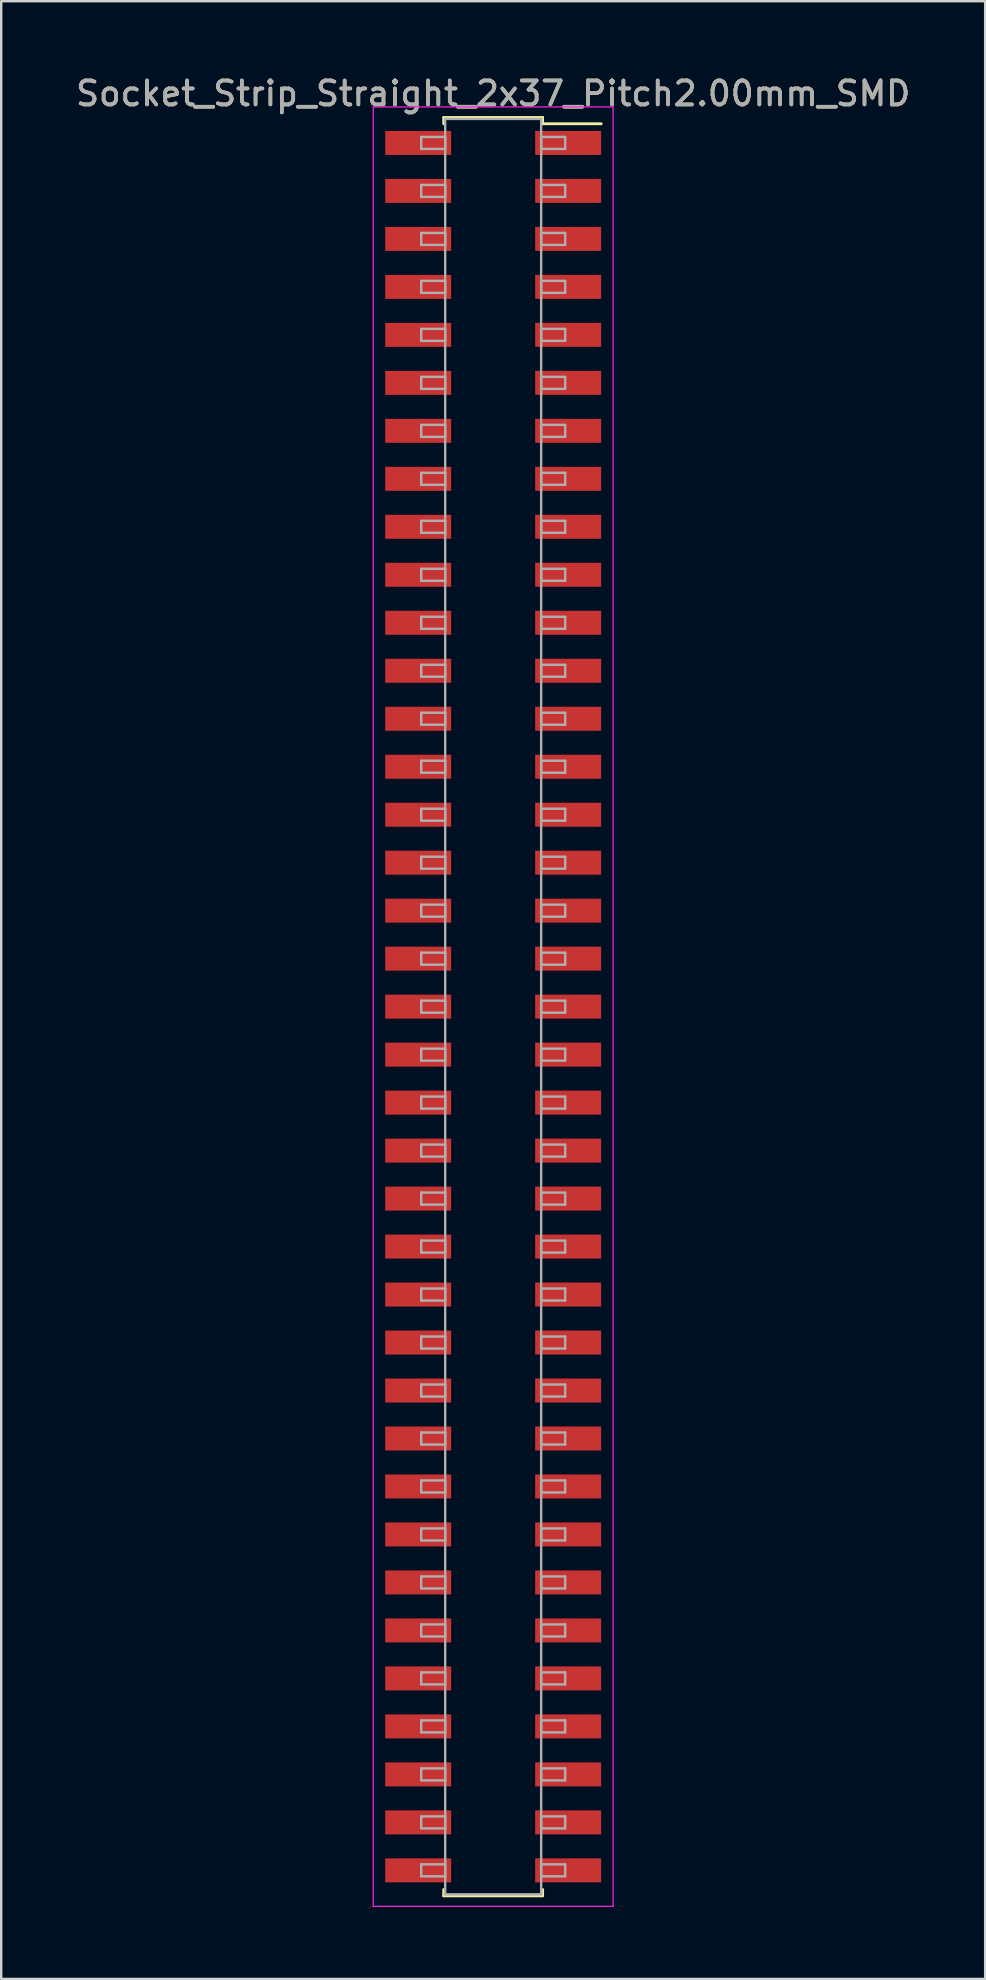
<source format=kicad_pcb>
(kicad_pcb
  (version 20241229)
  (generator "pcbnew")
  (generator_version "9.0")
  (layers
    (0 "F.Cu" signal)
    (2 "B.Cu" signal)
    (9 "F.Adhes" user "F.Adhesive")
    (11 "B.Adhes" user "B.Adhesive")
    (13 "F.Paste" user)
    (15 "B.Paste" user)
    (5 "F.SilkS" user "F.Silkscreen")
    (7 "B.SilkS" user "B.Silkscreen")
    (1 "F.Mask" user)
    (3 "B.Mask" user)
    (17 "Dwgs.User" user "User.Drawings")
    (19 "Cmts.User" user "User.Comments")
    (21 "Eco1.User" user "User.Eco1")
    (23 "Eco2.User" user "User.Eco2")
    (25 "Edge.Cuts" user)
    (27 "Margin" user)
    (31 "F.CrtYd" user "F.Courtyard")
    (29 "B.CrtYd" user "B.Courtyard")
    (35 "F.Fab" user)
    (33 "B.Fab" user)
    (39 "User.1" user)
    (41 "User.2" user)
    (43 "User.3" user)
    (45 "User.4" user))
  (footprint "Socket_Strip_Straight_2x37_Pitch2.00mm_SMD"
    (layer "F.Cu")
    (at 17.506 38.908)
    (property "Reference" "Socket_Strip_Straight_2x37_Pitch2.00mm_SMD" (at 0 -38.06 0) (layer "F.SilkS") (effects (font (size 1 1) (thickness 0.15))))
    (attr smd)
    (fp_line (start -2.06 -37.06) (end 2.06 -37.06) (stroke (width 0.12) (type solid)) (layer "F.SilkS"))
    (fp_line (start -2.06 -36.8) (end -2.06 -37.06) (stroke (width 0.12) (type solid)) (layer "F.SilkS"))
    (fp_line (start -2.06 36.8) (end -2.06 37.06) (stroke (width 0.12) (type solid)) (layer "F.SilkS"))
    (fp_line (start -2.06 37.06) (end 2.06 37.06) (stroke (width 0.12) (type solid)) (layer "F.SilkS"))
    (fp_line (start 2.06 -37.06) (end 2.06 -36.8) (stroke (width 0.12) (type solid)) (layer "F.SilkS"))
    (fp_line (start 2.06 37.06) (end 2.06 36.8) (stroke (width 0.12) (type solid)) (layer "F.SilkS"))
    (fp_line (start 4.5 -36.8) (end 2.06 -36.8) (stroke (width 0.12) (type solid)) (layer "F.SilkS"))
    (fp_line (start -5 -37.5) (end -5 37.5) (stroke (width 0.05) (type solid)) (layer "F.CrtYd"))
    (fp_line (start -5 37.5) (end 5 37.5) (stroke (width 0.05) (type solid)) (layer "F.CrtYd"))
    (fp_line (start 5 -37.5) (end -5 -37.5) (stroke (width 0.05) (type solid)) (layer "F.CrtYd"))
    (fp_line (start 5 37.5) (end 5 -37.5) (stroke (width 0.05) (type solid)) (layer "F.CrtYd"))
    (fp_line (start -3 -36.25) (end -2 -36.25) (stroke (width 0.1) (type solid)) (layer "F.Fab"))
    (fp_line (start -3 -35.75) (end -3 -36.25) (stroke (width 0.1) (type solid)) (layer "F.Fab"))
    (fp_line (start -3 -34.25) (end -2 -34.25) (stroke (width 0.1) (type solid)) (layer "F.Fab"))
    (fp_line (start -3 -33.75) (end -3 -34.25) (stroke (width 0.1) (type solid)) (layer "F.Fab"))
    (fp_line (start -3 -32.25) (end -2 -32.25) (stroke (width 0.1) (type solid)) (layer "F.Fab"))
    (fp_line (start -3 -31.75) (end -3 -32.25) (stroke (width 0.1) (type solid)) (layer "F.Fab"))
    (fp_line (start -3 -30.25) (end -2 -30.25) (stroke (width 0.1) (type solid)) (layer "F.Fab"))
    (fp_line (start -3 -29.75) (end -3 -30.25) (stroke (width 0.1) (type solid)) (layer "F.Fab"))
    (fp_line (start -3 -28.25) (end -2 -28.25) (stroke (width 0.1) (type solid)) (layer "F.Fab"))
    (fp_line (start -3 -27.75) (end -3 -28.25) (stroke (width 0.1) (type solid)) (layer "F.Fab"))
    (fp_line (start -3 -26.25) (end -2 -26.25) (stroke (width 0.1) (type solid)) (layer "F.Fab"))
    (fp_line (start -3 -25.75) (end -3 -26.25) (stroke (width 0.1) (type solid)) (layer "F.Fab"))
    (fp_line (start -3 -24.25) (end -2 -24.25) (stroke (width 0.1) (type solid)) (layer "F.Fab"))
    (fp_line (start -3 -23.75) (end -3 -24.25) (stroke (width 0.1) (type solid)) (layer "F.Fab"))
    (fp_line (start -3 -22.25) (end -2 -22.25) (stroke (width 0.1) (type solid)) (layer "F.Fab"))
    (fp_line (start -3 -21.75) (end -3 -22.25) (stroke (width 0.1) (type solid)) (layer "F.Fab"))
    (fp_line (start -3 -20.25) (end -2 -20.25) (stroke (width 0.1) (type solid)) (layer "F.Fab"))
    (fp_line (start -3 -19.75) (end -3 -20.25) (stroke (width 0.1) (type solid)) (layer "F.Fab"))
    (fp_line (start -3 -18.25) (end -2 -18.25) (stroke (width 0.1) (type solid)) (layer "F.Fab"))
    (fp_line (start -3 -17.75) (end -3 -18.25) (stroke (width 0.1) (type solid)) (layer "F.Fab"))
    (fp_line (start -3 -16.25) (end -2 -16.25) (stroke (width 0.1) (type solid)) (layer "F.Fab"))
    (fp_line (start -3 -15.75) (end -3 -16.25) (stroke (width 0.1) (type solid)) (layer "F.Fab"))
    (fp_line (start -3 -14.25) (end -2 -14.25) (stroke (width 0.1) (type solid)) (layer "F.Fab"))
    (fp_line (start -3 -13.75) (end -3 -14.25) (stroke (width 0.1) (type solid)) (layer "F.Fab"))
    (fp_line (start -3 -12.25) (end -2 -12.25) (stroke (width 0.1) (type solid)) (layer "F.Fab"))
    (fp_line (start -3 -11.75) (end -3 -12.25) (stroke (width 0.1) (type solid)) (layer "F.Fab"))
    (fp_line (start -3 -10.25) (end -2 -10.25) (stroke (width 0.1) (type solid)) (layer "F.Fab"))
    (fp_line (start -3 -9.75) (end -3 -10.25) (stroke (width 0.1) (type solid)) (layer "F.Fab"))
    (fp_line (start -3 -8.25) (end -2 -8.25) (stroke (width 0.1) (type solid)) (layer "F.Fab"))
    (fp_line (start -3 -7.75) (end -3 -8.25) (stroke (width 0.1) (type solid)) (layer "F.Fab"))
    (fp_line (start -3 -6.25) (end -2 -6.25) (stroke (width 0.1) (type solid)) (layer "F.Fab"))
    (fp_line (start -3 -5.75) (end -3 -6.25) (stroke (width 0.1) (type solid)) (layer "F.Fab"))
    (fp_line (start -3 -4.25) (end -2 -4.25) (stroke (width 0.1) (type solid)) (layer "F.Fab"))
    (fp_line (start -3 -3.75) (end -3 -4.25) (stroke (width 0.1) (type solid)) (layer "F.Fab"))
    (fp_line (start -3 -2.25) (end -2 -2.25) (stroke (width 0.1) (type solid)) (layer "F.Fab"))
    (fp_line (start -3 -1.75) (end -3 -2.25) (stroke (width 0.1) (type solid)) (layer "F.Fab"))
    (fp_line (start -3 -0.25) (end -2 -0.25) (stroke (width 0.1) (type solid)) (layer "F.Fab"))
    (fp_line (start -3 0.25) (end -3 -0.25) (stroke (width 0.1) (type solid)) (layer "F.Fab"))
    (fp_line (start -3 1.75) (end -2 1.75) (stroke (width 0.1) (type solid)) (layer "F.Fab"))
    (fp_line (start -3 2.25) (end -3 1.75) (stroke (width 0.1) (type solid)) (layer "F.Fab"))
    (fp_line (start -3 3.75) (end -2 3.75) (stroke (width 0.1) (type solid)) (layer "F.Fab"))
    (fp_line (start -3 4.25) (end -3 3.75) (stroke (width 0.1) (type solid)) (layer "F.Fab"))
    (fp_line (start -3 5.75) (end -2 5.75) (stroke (width 0.1) (type solid)) (layer "F.Fab"))
    (fp_line (start -3 6.25) (end -3 5.75) (stroke (width 0.1) (type solid)) (layer "F.Fab"))
    (fp_line (start -3 7.75) (end -2 7.75) (stroke (width 0.1) (type solid)) (layer "F.Fab"))
    (fp_line (start -3 8.25) (end -3 7.75) (stroke (width 0.1) (type solid)) (layer "F.Fab"))
    (fp_line (start -3 9.75) (end -2 9.75) (stroke (width 0.1) (type solid)) (layer "F.Fab"))
    (fp_line (start -3 10.25) (end -3 9.75) (stroke (width 0.1) (type solid)) (layer "F.Fab"))
    (fp_line (start -3 11.75) (end -2 11.75) (stroke (width 0.1) (type solid)) (layer "F.Fab"))
    (fp_line (start -3 12.25) (end -3 11.75) (stroke (width 0.1) (type solid)) (layer "F.Fab"))
    (fp_line (start -3 13.75) (end -2 13.75) (stroke (width 0.1) (type solid)) (layer "F.Fab"))
    (fp_line (start -3 14.25) (end -3 13.75) (stroke (width 0.1) (type solid)) (layer "F.Fab"))
    (fp_line (start -3 15.75) (end -2 15.75) (stroke (width 0.1) (type solid)) (layer "F.Fab"))
    (fp_line (start -3 16.25) (end -3 15.75) (stroke (width 0.1) (type solid)) (layer "F.Fab"))
    (fp_line (start -3 17.75) (end -2 17.75) (stroke (width 0.1) (type solid)) (layer "F.Fab"))
    (fp_line (start -3 18.25) (end -3 17.75) (stroke (width 0.1) (type solid)) (layer "F.Fab"))
    (fp_line (start -3 19.75) (end -2 19.75) (stroke (width 0.1) (type solid)) (layer "F.Fab"))
    (fp_line (start -3 20.25) (end -3 19.75) (stroke (width 0.1) (type solid)) (layer "F.Fab"))
    (fp_line (start -3 21.75) (end -2 21.75) (stroke (width 0.1) (type solid)) (layer "F.Fab"))
    (fp_line (start -3 22.25) (end -3 21.75) (stroke (width 0.1) (type solid)) (layer "F.Fab"))
    (fp_line (start -3 23.75) (end -2 23.75) (stroke (width 0.1) (type solid)) (layer "F.Fab"))
    (fp_line (start -3 24.25) (end -3 23.75) (stroke (width 0.1) (type solid)) (layer "F.Fab"))
    (fp_line (start -3 25.75) (end -2 25.75) (stroke (width 0.1) (type solid)) (layer "F.Fab"))
    (fp_line (start -3 26.25) (end -3 25.75) (stroke (width 0.1) (type solid)) (layer "F.Fab"))
    (fp_line (start -3 27.75) (end -2 27.75) (stroke (width 0.1) (type solid)) (layer "F.Fab"))
    (fp_line (start -3 28.25) (end -3 27.75) (stroke (width 0.1) (type solid)) (layer "F.Fab"))
    (fp_line (start -3 29.75) (end -2 29.75) (stroke (width 0.1) (type solid)) (layer "F.Fab"))
    (fp_line (start -3 30.25) (end -3 29.75) (stroke (width 0.1) (type solid)) (layer "F.Fab"))
    (fp_line (start -3 31.75) (end -2 31.75) (stroke (width 0.1) (type solid)) (layer "F.Fab"))
    (fp_line (start -3 32.25) (end -3 31.75) (stroke (width 0.1) (type solid)) (layer "F.Fab"))
    (fp_line (start -3 33.75) (end -2 33.75) (stroke (width 0.1) (type solid)) (layer "F.Fab"))
    (fp_line (start -3 34.25) (end -3 33.75) (stroke (width 0.1) (type solid)) (layer "F.Fab"))
    (fp_line (start -3 35.75) (end -2 35.75) (stroke (width 0.1) (type solid)) (layer "F.Fab"))
    (fp_line (start -3 36.25) (end -3 35.75) (stroke (width 0.1) (type solid)) (layer "F.Fab"))
    (fp_line (start -2 -37) (end -2 37) (stroke (width 0.1) (type solid)) (layer "F.Fab"))
    (fp_line (start -2 -36.25) (end -2 -35.75) (stroke (width 0.1) (type solid)) (layer "F.Fab"))
    (fp_line (start -2 -35.75) (end -3 -35.75) (stroke (width 0.1) (type solid)) (layer "F.Fab"))
    (fp_line (start -2 -34.25) (end -2 -33.75) (stroke (width 0.1) (type solid)) (layer "F.Fab"))
    (fp_line (start -2 -33.75) (end -3 -33.75) (stroke (width 0.1) (type solid)) (layer "F.Fab"))
    (fp_line (start -2 -32.25) (end -2 -31.75) (stroke (width 0.1) (type solid)) (layer "F.Fab"))
    (fp_line (start -2 -31.75) (end -3 -31.75) (stroke (width 0.1) (type solid)) (layer "F.Fab"))
    (fp_line (start -2 -30.25) (end -2 -29.75) (stroke (width 0.1) (type solid)) (layer "F.Fab"))
    (fp_line (start -2 -29.75) (end -3 -29.75) (stroke (width 0.1) (type solid)) (layer "F.Fab"))
    (fp_line (start -2 -28.25) (end -2 -27.75) (stroke (width 0.1) (type solid)) (layer "F.Fab"))
    (fp_line (start -2 -27.75) (end -3 -27.75) (stroke (width 0.1) (type solid)) (layer "F.Fab"))
    (fp_line (start -2 -26.25) (end -2 -25.75) (stroke (width 0.1) (type solid)) (layer "F.Fab"))
    (fp_line (start -2 -25.75) (end -3 -25.75) (stroke (width 0.1) (type solid)) (layer "F.Fab"))
    (fp_line (start -2 -24.25) (end -2 -23.75) (stroke (width 0.1) (type solid)) (layer "F.Fab"))
    (fp_line (start -2 -23.75) (end -3 -23.75) (stroke (width 0.1) (type solid)) (layer "F.Fab"))
    (fp_line (start -2 -22.25) (end -2 -21.75) (stroke (width 0.1) (type solid)) (layer "F.Fab"))
    (fp_line (start -2 -21.75) (end -3 -21.75) (stroke (width 0.1) (type solid)) (layer "F.Fab"))
    (fp_line (start -2 -20.25) (end -2 -19.75) (stroke (width 0.1) (type solid)) (layer "F.Fab"))
    (fp_line (start -2 -19.75) (end -3 -19.75) (stroke (width 0.1) (type solid)) (layer "F.Fab"))
    (fp_line (start -2 -18.25) (end -2 -17.75) (stroke (width 0.1) (type solid)) (layer "F.Fab"))
    (fp_line (start -2 -17.75) (end -3 -17.75) (stroke (width 0.1) (type solid)) (layer "F.Fab"))
    (fp_line (start -2 -16.25) (end -2 -15.75) (stroke (width 0.1) (type solid)) (layer "F.Fab"))
    (fp_line (start -2 -15.75) (end -3 -15.75) (stroke (width 0.1) (type solid)) (layer "F.Fab"))
    (fp_line (start -2 -14.25) (end -2 -13.75) (stroke (width 0.1) (type solid)) (layer "F.Fab"))
    (fp_line (start -2 -13.75) (end -3 -13.75) (stroke (width 0.1) (type solid)) (layer "F.Fab"))
    (fp_line (start -2 -12.25) (end -2 -11.75) (stroke (width 0.1) (type solid)) (layer "F.Fab"))
    (fp_line (start -2 -11.75) (end -3 -11.75) (stroke (width 0.1) (type solid)) (layer "F.Fab"))
    (fp_line (start -2 -10.25) (end -2 -9.75) (stroke (width 0.1) (type solid)) (layer "F.Fab"))
    (fp_line (start -2 -9.75) (end -3 -9.75) (stroke (width 0.1) (type solid)) (layer "F.Fab"))
    (fp_line (start -2 -8.25) (end -2 -7.75) (stroke (width 0.1) (type solid)) (layer "F.Fab"))
    (fp_line (start -2 -7.75) (end -3 -7.75) (stroke (width 0.1) (type solid)) (layer "F.Fab"))
    (fp_line (start -2 -6.25) (end -2 -5.75) (stroke (width 0.1) (type solid)) (layer "F.Fab"))
    (fp_line (start -2 -5.75) (end -3 -5.75) (stroke (width 0.1) (type solid)) (layer "F.Fab"))
    (fp_line (start -2 -4.25) (end -2 -3.75) (stroke (width 0.1) (type solid)) (layer "F.Fab"))
    (fp_line (start -2 -3.75) (end -3 -3.75) (stroke (width 0.1) (type solid)) (layer "F.Fab"))
    (fp_line (start -2 -2.25) (end -2 -1.75) (stroke (width 0.1) (type solid)) (layer "F.Fab"))
    (fp_line (start -2 -1.75) (end -3 -1.75) (stroke (width 0.1) (type solid)) (layer "F.Fab"))
    (fp_line (start -2 -0.25) (end -2 0.25) (stroke (width 0.1) (type solid)) (layer "F.Fab"))
    (fp_line (start -2 0.25) (end -3 0.25) (stroke (width 0.1) (type solid)) (layer "F.Fab"))
    (fp_line (start -2 1.75) (end -2 2.25) (stroke (width 0.1) (type solid)) (layer "F.Fab"))
    (fp_line (start -2 2.25) (end -3 2.25) (stroke (width 0.1) (type solid)) (layer "F.Fab"))
    (fp_line (start -2 3.75) (end -2 4.25) (stroke (width 0.1) (type solid)) (layer "F.Fab"))
    (fp_line (start -2 4.25) (end -3 4.25) (stroke (width 0.1) (type solid)) (layer "F.Fab"))
    (fp_line (start -2 5.75) (end -2 6.25) (stroke (width 0.1) (type solid)) (layer "F.Fab"))
    (fp_line (start -2 6.25) (end -3 6.25) (stroke (width 0.1) (type solid)) (layer "F.Fab"))
    (fp_line (start -2 7.75) (end -2 8.25) (stroke (width 0.1) (type solid)) (layer "F.Fab"))
    (fp_line (start -2 8.25) (end -3 8.25) (stroke (width 0.1) (type solid)) (layer "F.Fab"))
    (fp_line (start -2 9.75) (end -2 10.25) (stroke (width 0.1) (type solid)) (layer "F.Fab"))
    (fp_line (start -2 10.25) (end -3 10.25) (stroke (width 0.1) (type solid)) (layer "F.Fab"))
    (fp_line (start -2 11.75) (end -2 12.25) (stroke (width 0.1) (type solid)) (layer "F.Fab"))
    (fp_line (start -2 12.25) (end -3 12.25) (stroke (width 0.1) (type solid)) (layer "F.Fab"))
    (fp_line (start -2 13.75) (end -2 14.25) (stroke (width 0.1) (type solid)) (layer "F.Fab"))
    (fp_line (start -2 14.25) (end -3 14.25) (stroke (width 0.1) (type solid)) (layer "F.Fab"))
    (fp_line (start -2 15.75) (end -2 16.25) (stroke (width 0.1) (type solid)) (layer "F.Fab"))
    (fp_line (start -2 16.25) (end -3 16.25) (stroke (width 0.1) (type solid)) (layer "F.Fab"))
    (fp_line (start -2 17.75) (end -2 18.25) (stroke (width 0.1) (type solid)) (layer "F.Fab"))
    (fp_line (start -2 18.25) (end -3 18.25) (stroke (width 0.1) (type solid)) (layer "F.Fab"))
    (fp_line (start -2 19.75) (end -2 20.25) (stroke (width 0.1) (type solid)) (layer "F.Fab"))
    (fp_line (start -2 20.25) (end -3 20.25) (stroke (width 0.1) (type solid)) (layer "F.Fab"))
    (fp_line (start -2 21.75) (end -2 22.25) (stroke (width 0.1) (type solid)) (layer "F.Fab"))
    (fp_line (start -2 22.25) (end -3 22.25) (stroke (width 0.1) (type solid)) (layer "F.Fab"))
    (fp_line (start -2 23.75) (end -2 24.25) (stroke (width 0.1) (type solid)) (layer "F.Fab"))
    (fp_line (start -2 24.25) (end -3 24.25) (stroke (width 0.1) (type solid)) (layer "F.Fab"))
    (fp_line (start -2 25.75) (end -2 26.25) (stroke (width 0.1) (type solid)) (layer "F.Fab"))
    (fp_line (start -2 26.25) (end -3 26.25) (stroke (width 0.1) (type solid)) (layer "F.Fab"))
    (fp_line (start -2 27.75) (end -2 28.25) (stroke (width 0.1) (type solid)) (layer "F.Fab"))
    (fp_line (start -2 28.25) (end -3 28.25) (stroke (width 0.1) (type solid)) (layer "F.Fab"))
    (fp_line (start -2 29.75) (end -2 30.25) (stroke (width 0.1) (type solid)) (layer "F.Fab"))
    (fp_line (start -2 30.25) (end -3 30.25) (stroke (width 0.1) (type solid)) (layer "F.Fab"))
    (fp_line (start -2 31.75) (end -2 32.25) (stroke (width 0.1) (type solid)) (layer "F.Fab"))
    (fp_line (start -2 32.25) (end -3 32.25) (stroke (width 0.1) (type solid)) (layer "F.Fab"))
    (fp_line (start -2 33.75) (end -2 34.25) (stroke (width 0.1) (type solid)) (layer "F.Fab"))
    (fp_line (start -2 34.25) (end -3 34.25) (stroke (width 0.1) (type solid)) (layer "F.Fab"))
    (fp_line (start -2 35.75) (end -2 36.25) (stroke (width 0.1) (type solid)) (layer "F.Fab"))
    (fp_line (start -2 36.25) (end -3 36.25) (stroke (width 0.1) (type solid)) (layer "F.Fab"))
    (fp_line (start -2 37) (end 2 37) (stroke (width 0.1) (type solid)) (layer "F.Fab"))
    (fp_line (start 2 -37) (end -2 -37) (stroke (width 0.1) (type solid)) (layer "F.Fab"))
    (fp_line (start 2 -36.25) (end 2 -35.75) (stroke (width 0.1) (type solid)) (layer "F.Fab"))
    (fp_line (start 2 -35.75) (end 3 -35.75) (stroke (width 0.1) (type solid)) (layer "F.Fab"))
    (fp_line (start 2 -34.25) (end 2 -33.75) (stroke (width 0.1) (type solid)) (layer "F.Fab"))
    (fp_line (start 2 -33.75) (end 3 -33.75) (stroke (width 0.1) (type solid)) (layer "F.Fab"))
    (fp_line (start 2 -32.25) (end 2 -31.75) (stroke (width 0.1) (type solid)) (layer "F.Fab"))
    (fp_line (start 2 -31.75) (end 3 -31.75) (stroke (width 0.1) (type solid)) (layer "F.Fab"))
    (fp_line (start 2 -30.25) (end 2 -29.75) (stroke (width 0.1) (type solid)) (layer "F.Fab"))
    (fp_line (start 2 -29.75) (end 3 -29.75) (stroke (width 0.1) (type solid)) (layer "F.Fab"))
    (fp_line (start 2 -28.25) (end 2 -27.75) (stroke (width 0.1) (type solid)) (layer "F.Fab"))
    (fp_line (start 2 -27.75) (end 3 -27.75) (stroke (width 0.1) (type solid)) (layer "F.Fab"))
    (fp_line (start 2 -26.25) (end 2 -25.75) (stroke (width 0.1) (type solid)) (layer "F.Fab"))
    (fp_line (start 2 -25.75) (end 3 -25.75) (stroke (width 0.1) (type solid)) (layer "F.Fab"))
    (fp_line (start 2 -24.25) (end 2 -23.75) (stroke (width 0.1) (type solid)) (layer "F.Fab"))
    (fp_line (start 2 -23.75) (end 3 -23.75) (stroke (width 0.1) (type solid)) (layer "F.Fab"))
    (fp_line (start 2 -22.25) (end 2 -21.75) (stroke (width 0.1) (type solid)) (layer "F.Fab"))
    (fp_line (start 2 -21.75) (end 3 -21.75) (stroke (width 0.1) (type solid)) (layer "F.Fab"))
    (fp_line (start 2 -20.25) (end 2 -19.75) (stroke (width 0.1) (type solid)) (layer "F.Fab"))
    (fp_line (start 2 -19.75) (end 3 -19.75) (stroke (width 0.1) (type solid)) (layer "F.Fab"))
    (fp_line (start 2 -18.25) (end 2 -17.75) (stroke (width 0.1) (type solid)) (layer "F.Fab"))
    (fp_line (start 2 -17.75) (end 3 -17.75) (stroke (width 0.1) (type solid)) (layer "F.Fab"))
    (fp_line (start 2 -16.25) (end 2 -15.75) (stroke (width 0.1) (type solid)) (layer "F.Fab"))
    (fp_line (start 2 -15.75) (end 3 -15.75) (stroke (width 0.1) (type solid)) (layer "F.Fab"))
    (fp_line (start 2 -14.25) (end 2 -13.75) (stroke (width 0.1) (type solid)) (layer "F.Fab"))
    (fp_line (start 2 -13.75) (end 3 -13.75) (stroke (width 0.1) (type solid)) (layer "F.Fab"))
    (fp_line (start 2 -12.25) (end 2 -11.75) (stroke (width 0.1) (type solid)) (layer "F.Fab"))
    (fp_line (start 2 -11.75) (end 3 -11.75) (stroke (width 0.1) (type solid)) (layer "F.Fab"))
    (fp_line (start 2 -10.25) (end 2 -9.75) (stroke (width 0.1) (type solid)) (layer "F.Fab"))
    (fp_line (start 2 -9.75) (end 3 -9.75) (stroke (width 0.1) (type solid)) (layer "F.Fab"))
    (fp_line (start 2 -8.25) (end 2 -7.75) (stroke (width 0.1) (type solid)) (layer "F.Fab"))
    (fp_line (start 2 -7.75) (end 3 -7.75) (stroke (width 0.1) (type solid)) (layer "F.Fab"))
    (fp_line (start 2 -6.25) (end 2 -5.75) (stroke (width 0.1) (type solid)) (layer "F.Fab"))
    (fp_line (start 2 -5.75) (end 3 -5.75) (stroke (width 0.1) (type solid)) (layer "F.Fab"))
    (fp_line (start 2 -4.25) (end 2 -3.75) (stroke (width 0.1) (type solid)) (layer "F.Fab"))
    (fp_line (start 2 -3.75) (end 3 -3.75) (stroke (width 0.1) (type solid)) (layer "F.Fab"))
    (fp_line (start 2 -2.25) (end 2 -1.75) (stroke (width 0.1) (type solid)) (layer "F.Fab"))
    (fp_line (start 2 -1.75) (end 3 -1.75) (stroke (width 0.1) (type solid)) (layer "F.Fab"))
    (fp_line (start 2 -0.25) (end 2 0.25) (stroke (width 0.1) (type solid)) (layer "F.Fab"))
    (fp_line (start 2 0.25) (end 3 0.25) (stroke (width 0.1) (type solid)) (layer "F.Fab"))
    (fp_line (start 2 1.75) (end 2 2.25) (stroke (width 0.1) (type solid)) (layer "F.Fab"))
    (fp_line (start 2 2.25) (end 3 2.25) (stroke (width 0.1) (type solid)) (layer "F.Fab"))
    (fp_line (start 2 3.75) (end 2 4.25) (stroke (width 0.1) (type solid)) (layer "F.Fab"))
    (fp_line (start 2 4.25) (end 3 4.25) (stroke (width 0.1) (type solid)) (layer "F.Fab"))
    (fp_line (start 2 5.75) (end 2 6.25) (stroke (width 0.1) (type solid)) (layer "F.Fab"))
    (fp_line (start 2 6.25) (end 3 6.25) (stroke (width 0.1) (type solid)) (layer "F.Fab"))
    (fp_line (start 2 7.75) (end 2 8.25) (stroke (width 0.1) (type solid)) (layer "F.Fab"))
    (fp_line (start 2 8.25) (end 3 8.25) (stroke (width 0.1) (type solid)) (layer "F.Fab"))
    (fp_line (start 2 9.75) (end 2 10.25) (stroke (width 0.1) (type solid)) (layer "F.Fab"))
    (fp_line (start 2 10.25) (end 3 10.25) (stroke (width 0.1) (type solid)) (layer "F.Fab"))
    (fp_line (start 2 11.75) (end 2 12.25) (stroke (width 0.1) (type solid)) (layer "F.Fab"))
    (fp_line (start 2 12.25) (end 3 12.25) (stroke (width 0.1) (type solid)) (layer "F.Fab"))
    (fp_line (start 2 13.75) (end 2 14.25) (stroke (width 0.1) (type solid)) (layer "F.Fab"))
    (fp_line (start 2 14.25) (end 3 14.25) (stroke (width 0.1) (type solid)) (layer "F.Fab"))
    (fp_line (start 2 15.75) (end 2 16.25) (stroke (width 0.1) (type solid)) (layer "F.Fab"))
    (fp_line (start 2 16.25) (end 3 16.25) (stroke (width 0.1) (type solid)) (layer "F.Fab"))
    (fp_line (start 2 17.75) (end 2 18.25) (stroke (width 0.1) (type solid)) (layer "F.Fab"))
    (fp_line (start 2 18.25) (end 3 18.25) (stroke (width 0.1) (type solid)) (layer "F.Fab"))
    (fp_line (start 2 19.75) (end 2 20.25) (stroke (width 0.1) (type solid)) (layer "F.Fab"))
    (fp_line (start 2 20.25) (end 3 20.25) (stroke (width 0.1) (type solid)) (layer "F.Fab"))
    (fp_line (start 2 21.75) (end 2 22.25) (stroke (width 0.1) (type solid)) (layer "F.Fab"))
    (fp_line (start 2 22.25) (end 3 22.25) (stroke (width 0.1) (type solid)) (layer "F.Fab"))
    (fp_line (start 2 23.75) (end 2 24.25) (stroke (width 0.1) (type solid)) (layer "F.Fab"))
    (fp_line (start 2 24.25) (end 3 24.25) (stroke (width 0.1) (type solid)) (layer "F.Fab"))
    (fp_line (start 2 25.75) (end 2 26.25) (stroke (width 0.1) (type solid)) (layer "F.Fab"))
    (fp_line (start 2 26.25) (end 3 26.25) (stroke (width 0.1) (type solid)) (layer "F.Fab"))
    (fp_line (start 2 27.75) (end 2 28.25) (stroke (width 0.1) (type solid)) (layer "F.Fab"))
    (fp_line (start 2 28.25) (end 3 28.25) (stroke (width 0.1) (type solid)) (layer "F.Fab"))
    (fp_line (start 2 29.75) (end 2 30.25) (stroke (width 0.1) (type solid)) (layer "F.Fab"))
    (fp_line (start 2 30.25) (end 3 30.25) (stroke (width 0.1) (type solid)) (layer "F.Fab"))
    (fp_line (start 2 31.75) (end 2 32.25) (stroke (width 0.1) (type solid)) (layer "F.Fab"))
    (fp_line (start 2 32.25) (end 3 32.25) (stroke (width 0.1) (type solid)) (layer "F.Fab"))
    (fp_line (start 2 33.75) (end 2 34.25) (stroke (width 0.1) (type solid)) (layer "F.Fab"))
    (fp_line (start 2 34.25) (end 3 34.25) (stroke (width 0.1) (type solid)) (layer "F.Fab"))
    (fp_line (start 2 35.75) (end 2 36.25) (stroke (width 0.1) (type solid)) (layer "F.Fab"))
    (fp_line (start 2 36.25) (end 3 36.25) (stroke (width 0.1) (type solid)) (layer "F.Fab"))
    (fp_line (start 2 37) (end 2 -37) (stroke (width 0.1) (type solid)) (layer "F.Fab"))
    (fp_line (start 3 -36.25) (end 2 -36.25) (stroke (width 0.1) (type solid)) (layer "F.Fab"))
    (fp_line (start 3 -35.75) (end 3 -36.25) (stroke (width 0.1) (type solid)) (layer "F.Fab"))
    (fp_line (start 3 -34.25) (end 2 -34.25) (stroke (width 0.1) (type solid)) (layer "F.Fab"))
    (fp_line (start 3 -33.75) (end 3 -34.25) (stroke (width 0.1) (type solid)) (layer "F.Fab"))
    (fp_line (start 3 -32.25) (end 2 -32.25) (stroke (width 0.1) (type solid)) (layer "F.Fab"))
    (fp_line (start 3 -31.75) (end 3 -32.25) (stroke (width 0.1) (type solid)) (layer "F.Fab"))
    (fp_line (start 3 -30.25) (end 2 -30.25) (stroke (width 0.1) (type solid)) (layer "F.Fab"))
    (fp_line (start 3 -29.75) (end 3 -30.25) (stroke (width 0.1) (type solid)) (layer "F.Fab"))
    (fp_line (start 3 -28.25) (end 2 -28.25) (stroke (width 0.1) (type solid)) (layer "F.Fab"))
    (fp_line (start 3 -27.75) (end 3 -28.25) (stroke (width 0.1) (type solid)) (layer "F.Fab"))
    (fp_line (start 3 -26.25) (end 2 -26.25) (stroke (width 0.1) (type solid)) (layer "F.Fab"))
    (fp_line (start 3 -25.75) (end 3 -26.25) (stroke (width 0.1) (type solid)) (layer "F.Fab"))
    (fp_line (start 3 -24.25) (end 2 -24.25) (stroke (width 0.1) (type solid)) (layer "F.Fab"))
    (fp_line (start 3 -23.75) (end 3 -24.25) (stroke (width 0.1) (type solid)) (layer "F.Fab"))
    (fp_line (start 3 -22.25) (end 2 -22.25) (stroke (width 0.1) (type solid)) (layer "F.Fab"))
    (fp_line (start 3 -21.75) (end 3 -22.25) (stroke (width 0.1) (type solid)) (layer "F.Fab"))
    (fp_line (start 3 -20.25) (end 2 -20.25) (stroke (width 0.1) (type solid)) (layer "F.Fab"))
    (fp_line (start 3 -19.75) (end 3 -20.25) (stroke (width 0.1) (type solid)) (layer "F.Fab"))
    (fp_line (start 3 -18.25) (end 2 -18.25) (stroke (width 0.1) (type solid)) (layer "F.Fab"))
    (fp_line (start 3 -17.75) (end 3 -18.25) (stroke (width 0.1) (type solid)) (layer "F.Fab"))
    (fp_line (start 3 -16.25) (end 2 -16.25) (stroke (width 0.1) (type solid)) (layer "F.Fab"))
    (fp_line (start 3 -15.75) (end 3 -16.25) (stroke (width 0.1) (type solid)) (layer "F.Fab"))
    (fp_line (start 3 -14.25) (end 2 -14.25) (stroke (width 0.1) (type solid)) (layer "F.Fab"))
    (fp_line (start 3 -13.75) (end 3 -14.25) (stroke (width 0.1) (type solid)) (layer "F.Fab"))
    (fp_line (start 3 -12.25) (end 2 -12.25) (stroke (width 0.1) (type solid)) (layer "F.Fab"))
    (fp_line (start 3 -11.75) (end 3 -12.25) (stroke (width 0.1) (type solid)) (layer "F.Fab"))
    (fp_line (start 3 -10.25) (end 2 -10.25) (stroke (width 0.1) (type solid)) (layer "F.Fab"))
    (fp_line (start 3 -9.75) (end 3 -10.25) (stroke (width 0.1) (type solid)) (layer "F.Fab"))
    (fp_line (start 3 -8.25) (end 2 -8.25) (stroke (width 0.1) (type solid)) (layer "F.Fab"))
    (fp_line (start 3 -7.75) (end 3 -8.25) (stroke (width 0.1) (type solid)) (layer "F.Fab"))
    (fp_line (start 3 -6.25) (end 2 -6.25) (stroke (width 0.1) (type solid)) (layer "F.Fab"))
    (fp_line (start 3 -5.75) (end 3 -6.25) (stroke (width 0.1) (type solid)) (layer "F.Fab"))
    (fp_line (start 3 -4.25) (end 2 -4.25) (stroke (width 0.1) (type solid)) (layer "F.Fab"))
    (fp_line (start 3 -3.75) (end 3 -4.25) (stroke (width 0.1) (type solid)) (layer "F.Fab"))
    (fp_line (start 3 -2.25) (end 2 -2.25) (stroke (width 0.1) (type solid)) (layer "F.Fab"))
    (fp_line (start 3 -1.75) (end 3 -2.25) (stroke (width 0.1) (type solid)) (layer "F.Fab"))
    (fp_line (start 3 -0.25) (end 2 -0.25) (stroke (width 0.1) (type solid)) (layer "F.Fab"))
    (fp_line (start 3 0.25) (end 3 -0.25) (stroke (width 0.1) (type solid)) (layer "F.Fab"))
    (fp_line (start 3 1.75) (end 2 1.75) (stroke (width 0.1) (type solid)) (layer "F.Fab"))
    (fp_line (start 3 2.25) (end 3 1.75) (stroke (width 0.1) (type solid)) (layer "F.Fab"))
    (fp_line (start 3 3.75) (end 2 3.75) (stroke (width 0.1) (type solid)) (layer "F.Fab"))
    (fp_line (start 3 4.25) (end 3 3.75) (stroke (width 0.1) (type solid)) (layer "F.Fab"))
    (fp_line (start 3 5.75) (end 2 5.75) (stroke (width 0.1) (type solid)) (layer "F.Fab"))
    (fp_line (start 3 6.25) (end 3 5.75) (stroke (width 0.1) (type solid)) (layer "F.Fab"))
    (fp_line (start 3 7.75) (end 2 7.75) (stroke (width 0.1) (type solid)) (layer "F.Fab"))
    (fp_line (start 3 8.25) (end 3 7.75) (stroke (width 0.1) (type solid)) (layer "F.Fab"))
    (fp_line (start 3 9.75) (end 2 9.75) (stroke (width 0.1) (type solid)) (layer "F.Fab"))
    (fp_line (start 3 10.25) (end 3 9.75) (stroke (width 0.1) (type solid)) (layer "F.Fab"))
    (fp_line (start 3 11.75) (end 2 11.75) (stroke (width 0.1) (type solid)) (layer "F.Fab"))
    (fp_line (start 3 12.25) (end 3 11.75) (stroke (width 0.1) (type solid)) (layer "F.Fab"))
    (fp_line (start 3 13.75) (end 2 13.75) (stroke (width 0.1) (type solid)) (layer "F.Fab"))
    (fp_line (start 3 14.25) (end 3 13.75) (stroke (width 0.1) (type solid)) (layer "F.Fab"))
    (fp_line (start 3 15.75) (end 2 15.75) (stroke (width 0.1) (type solid)) (layer "F.Fab"))
    (fp_line (start 3 16.25) (end 3 15.75) (stroke (width 0.1) (type solid)) (layer "F.Fab"))
    (fp_line (start 3 17.75) (end 2 17.75) (stroke (width 0.1) (type solid)) (layer "F.Fab"))
    (fp_line (start 3 18.25) (end 3 17.75) (stroke (width 0.1) (type solid)) (layer "F.Fab"))
    (fp_line (start 3 19.75) (end 2 19.75) (stroke (width 0.1) (type solid)) (layer "F.Fab"))
    (fp_line (start 3 20.25) (end 3 19.75) (stroke (width 0.1) (type solid)) (layer "F.Fab"))
    (fp_line (start 3 21.75) (end 2 21.75) (stroke (width 0.1) (type solid)) (layer "F.Fab"))
    (fp_line (start 3 22.25) (end 3 21.75) (stroke (width 0.1) (type solid)) (layer "F.Fab"))
    (fp_line (start 3 23.75) (end 2 23.75) (stroke (width 0.1) (type solid)) (layer "F.Fab"))
    (fp_line (start 3 24.25) (end 3 23.75) (stroke (width 0.1) (type solid)) (layer "F.Fab"))
    (fp_line (start 3 25.75) (end 2 25.75) (stroke (width 0.1) (type solid)) (layer "F.Fab"))
    (fp_line (start 3 26.25) (end 3 25.75) (stroke (width 0.1) (type solid)) (layer "F.Fab"))
    (fp_line (start 3 27.75) (end 2 27.75) (stroke (width 0.1) (type solid)) (layer "F.Fab"))
    (fp_line (start 3 28.25) (end 3 27.75) (stroke (width 0.1) (type solid)) (layer "F.Fab"))
    (fp_line (start 3 29.75) (end 2 29.75) (stroke (width 0.1) (type solid)) (layer "F.Fab"))
    (fp_line (start 3 30.25) (end 3 29.75) (stroke (width 0.1) (type solid)) (layer "F.Fab"))
    (fp_line (start 3 31.75) (end 2 31.75) (stroke (width 0.1) (type solid)) (layer "F.Fab"))
    (fp_line (start 3 32.25) (end 3 31.75) (stroke (width 0.1) (type solid)) (layer "F.Fab"))
    (fp_line (start 3 33.75) (end 2 33.75) (stroke (width 0.1) (type solid)) (layer "F.Fab"))
    (fp_line (start 3 34.25) (end 3 33.75) (stroke (width 0.1) (type solid)) (layer "F.Fab"))
    (fp_line (start 3 35.75) (end 2 35.75) (stroke (width 0.1) (type solid)) (layer "F.Fab"))
    (fp_line (start 3 36.25) (end 3 35.75) (stroke (width 0.1) (type solid)) (layer "F.Fab"))
    (fp_text user "${REFERENCE}" (at 0 -38.06 0) (layer "F.Fab") (effects (font (size 1 1) (thickness 0.15))))
    (pad "1" smd rect (at 3.125 -36) (size 2.75 1) (layers "F.Cu" "F.Mask" "F.Paste"))
    (pad "2" smd rect (at -3.125 -36) (size 2.75 1) (layers "F.Cu" "F.Mask" "F.Paste"))
    (pad "3" smd rect (at 3.125 -34) (size 2.75 1) (layers "F.Cu" "F.Mask" "F.Paste"))
    (pad "4" smd rect (at -3.125 -34) (size 2.75 1) (layers "F.Cu" "F.Mask" "F.Paste"))
    (pad "5" smd rect (at 3.125 -32) (size 2.75 1) (layers "F.Cu" "F.Mask" "F.Paste"))
    (pad "6" smd rect (at -3.125 -32) (size 2.75 1) (layers "F.Cu" "F.Mask" "F.Paste"))
    (pad "7" smd rect (at 3.125 -30) (size 2.75 1) (layers "F.Cu" "F.Mask" "F.Paste"))
    (pad "8" smd rect (at -3.125 -30) (size 2.75 1) (layers "F.Cu" "F.Mask" "F.Paste"))
    (pad "9" smd rect (at 3.125 -28) (size 2.75 1) (layers "F.Cu" "F.Mask" "F.Paste"))
    (pad "10" smd rect (at -3.125 -28) (size 2.75 1) (layers "F.Cu" "F.Mask" "F.Paste"))
    (pad "11" smd rect (at 3.125 -26) (size 2.75 1) (layers "F.Cu" "F.Mask" "F.Paste"))
    (pad "12" smd rect (at -3.125 -26) (size 2.75 1) (layers "F.Cu" "F.Mask" "F.Paste"))
    (pad "13" smd rect (at 3.125 -24) (size 2.75 1) (layers "F.Cu" "F.Mask" "F.Paste"))
    (pad "14" smd rect (at -3.125 -24) (size 2.75 1) (layers "F.Cu" "F.Mask" "F.Paste"))
    (pad "15" smd rect (at 3.125 -22) (size 2.75 1) (layers "F.Cu" "F.Mask" "F.Paste"))
    (pad "16" smd rect (at -3.125 -22) (size 2.75 1) (layers "F.Cu" "F.Mask" "F.Paste"))
    (pad "17" smd rect (at 3.125 -20) (size 2.75 1) (layers "F.Cu" "F.Mask" "F.Paste"))
    (pad "18" smd rect (at -3.125 -20) (size 2.75 1) (layers "F.Cu" "F.Mask" "F.Paste"))
    (pad "19" smd rect (at 3.125 -18) (size 2.75 1) (layers "F.Cu" "F.Mask" "F.Paste"))
    (pad "20" smd rect (at -3.125 -18) (size 2.75 1) (layers "F.Cu" "F.Mask" "F.Paste"))
    (pad "21" smd rect (at 3.125 -16) (size 2.75 1) (layers "F.Cu" "F.Mask" "F.Paste"))
    (pad "22" smd rect (at -3.125 -16) (size 2.75 1) (layers "F.Cu" "F.Mask" "F.Paste"))
    (pad "23" smd rect (at 3.125 -14) (size 2.75 1) (layers "F.Cu" "F.Mask" "F.Paste"))
    (pad "24" smd rect (at -3.125 -14) (size 2.75 1) (layers "F.Cu" "F.Mask" "F.Paste"))
    (pad "25" smd rect (at 3.125 -12) (size 2.75 1) (layers "F.Cu" "F.Mask" "F.Paste"))
    (pad "26" smd rect (at -3.125 -12) (size 2.75 1) (layers "F.Cu" "F.Mask" "F.Paste"))
    (pad "27" smd rect (at 3.125 -10) (size 2.75 1) (layers "F.Cu" "F.Mask" "F.Paste"))
    (pad "28" smd rect (at -3.125 -10) (size 2.75 1) (layers "F.Cu" "F.Mask" "F.Paste"))
    (pad "29" smd rect (at 3.125 -8) (size 2.75 1) (layers "F.Cu" "F.Mask" "F.Paste"))
    (pad "30" smd rect (at -3.125 -8) (size 2.75 1) (layers "F.Cu" "F.Mask" "F.Paste"))
    (pad "31" smd rect (at 3.125 -6) (size 2.75 1) (layers "F.Cu" "F.Mask" "F.Paste"))
    (pad "32" smd rect (at -3.125 -6) (size 2.75 1) (layers "F.Cu" "F.Mask" "F.Paste"))
    (pad "33" smd rect (at 3.125 -4) (size 2.75 1) (layers "F.Cu" "F.Mask" "F.Paste"))
    (pad "34" smd rect (at -3.125 -4) (size 2.75 1) (layers "F.Cu" "F.Mask" "F.Paste"))
    (pad "35" smd rect (at 3.125 -2) (size 2.75 1) (layers "F.Cu" "F.Mask" "F.Paste"))
    (pad "36" smd rect (at -3.125 -2) (size 2.75 1) (layers "F.Cu" "F.Mask" "F.Paste"))
    (pad "37" smd rect (at 3.125 0) (size 2.75 1) (layers "F.Cu" "F.Mask" "F.Paste"))
    (pad "38" smd rect (at -3.125 0) (size 2.75 1) (layers "F.Cu" "F.Mask" "F.Paste"))
    (pad "39" smd rect (at 3.125 2) (size 2.75 1) (layers "F.Cu" "F.Mask" "F.Paste"))
    (pad "40" smd rect (at -3.125 2) (size 2.75 1) (layers "F.Cu" "F.Mask" "F.Paste"))
    (pad "41" smd rect (at 3.125 4) (size 2.75 1) (layers "F.Cu" "F.Mask" "F.Paste"))
    (pad "42" smd rect (at -3.125 4) (size 2.75 1) (layers "F.Cu" "F.Mask" "F.Paste"))
    (pad "43" smd rect (at 3.125 6) (size 2.75 1) (layers "F.Cu" "F.Mask" "F.Paste"))
    (pad "44" smd rect (at -3.125 6) (size 2.75 1) (layers "F.Cu" "F.Mask" "F.Paste"))
    (pad "45" smd rect (at 3.125 8) (size 2.75 1) (layers "F.Cu" "F.Mask" "F.Paste"))
    (pad "46" smd rect (at -3.125 8) (size 2.75 1) (layers "F.Cu" "F.Mask" "F.Paste"))
    (pad "47" smd rect (at 3.125 10) (size 2.75 1) (layers "F.Cu" "F.Mask" "F.Paste"))
    (pad "48" smd rect (at -3.125 10) (size 2.75 1) (layers "F.Cu" "F.Mask" "F.Paste"))
    (pad "49" smd rect (at 3.125 12) (size 2.75 1) (layers "F.Cu" "F.Mask" "F.Paste"))
    (pad "50" smd rect (at -3.125 12) (size 2.75 1) (layers "F.Cu" "F.Mask" "F.Paste"))
    (pad "51" smd rect (at 3.125 14) (size 2.75 1) (layers "F.Cu" "F.Mask" "F.Paste"))
    (pad "52" smd rect (at -3.125 14) (size 2.75 1) (layers "F.Cu" "F.Mask" "F.Paste"))
    (pad "53" smd rect (at 3.125 16) (size 2.75 1) (layers "F.Cu" "F.Mask" "F.Paste"))
    (pad "54" smd rect (at -3.125 16) (size 2.75 1) (layers "F.Cu" "F.Mask" "F.Paste"))
    (pad "55" smd rect (at 3.125 18) (size 2.75 1) (layers "F.Cu" "F.Mask" "F.Paste"))
    (pad "56" smd rect (at -3.125 18) (size 2.75 1) (layers "F.Cu" "F.Mask" "F.Paste"))
    (pad "57" smd rect (at 3.125 20) (size 2.75 1) (layers "F.Cu" "F.Mask" "F.Paste"))
    (pad "58" smd rect (at -3.125 20) (size 2.75 1) (layers "F.Cu" "F.Mask" "F.Paste"))
    (pad "59" smd rect (at 3.125 22) (size 2.75 1) (layers "F.Cu" "F.Mask" "F.Paste"))
    (pad "60" smd rect (at -3.125 22) (size 2.75 1) (layers "F.Cu" "F.Mask" "F.Paste"))
    (pad "61" smd rect (at 3.125 24) (size 2.75 1) (layers "F.Cu" "F.Mask" "F.Paste"))
    (pad "62" smd rect (at -3.125 24) (size 2.75 1) (layers "F.Cu" "F.Mask" "F.Paste"))
    (pad "63" smd rect (at 3.125 26) (size 2.75 1) (layers "F.Cu" "F.Mask" "F.Paste"))
    (pad "64" smd rect (at -3.125 26) (size 2.75 1) (layers "F.Cu" "F.Mask" "F.Paste"))
    (pad "65" smd rect (at 3.125 28) (size 2.75 1) (layers "F.Cu" "F.Mask" "F.Paste"))
    (pad "66" smd rect (at -3.125 28) (size 2.75 1) (layers "F.Cu" "F.Mask" "F.Paste"))
    (pad "67" smd rect (at 3.125 30) (size 2.75 1) (layers "F.Cu" "F.Mask" "F.Paste"))
    (pad "68" smd rect (at -3.125 30) (size 2.75 1) (layers "F.Cu" "F.Mask" "F.Paste"))
    (pad "69" smd rect (at 3.125 32) (size 2.75 1) (layers "F.Cu" "F.Mask" "F.Paste"))
    (pad "70" smd rect (at -3.125 32) (size 2.75 1) (layers "F.Cu" "F.Mask" "F.Paste"))
    (pad "71" smd rect (at 3.125 34) (size 2.75 1) (layers "F.Cu" "F.Mask" "F.Paste"))
    (pad "72" smd rect (at -3.125 34) (size 2.75 1) (layers "F.Cu" "F.Mask" "F.Paste"))
    (pad "73" smd rect (at 3.125 36) (size 2.75 1) (layers "F.Cu" "F.Mask" "F.Paste"))
    (pad "74" smd rect (at -3.125 36) (size 2.75 1) (layers "F.Cu" "F.Mask" "F.Paste")))
  (gr_rect
    (start -3 -3)
    (end 38.012 79.433)
    (stroke (width 0.1) (type default))
    (fill no)
    (layer "Edge.Cuts")))
</source>
